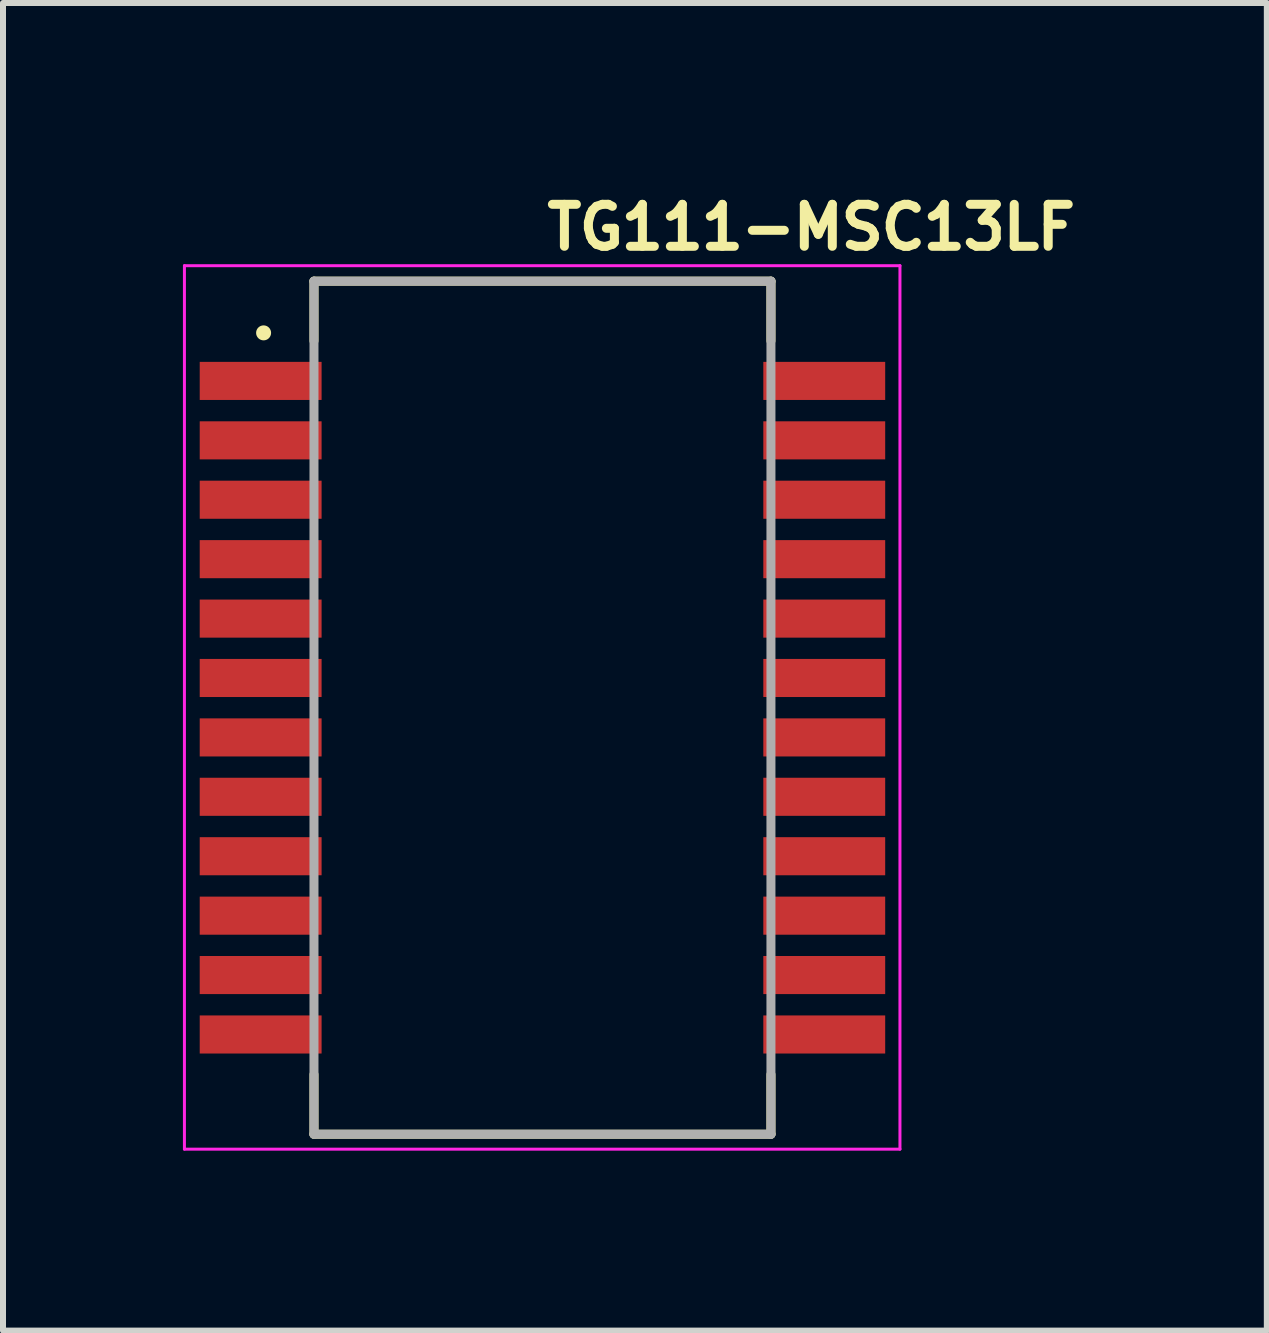
<source format=kicad_pcb>
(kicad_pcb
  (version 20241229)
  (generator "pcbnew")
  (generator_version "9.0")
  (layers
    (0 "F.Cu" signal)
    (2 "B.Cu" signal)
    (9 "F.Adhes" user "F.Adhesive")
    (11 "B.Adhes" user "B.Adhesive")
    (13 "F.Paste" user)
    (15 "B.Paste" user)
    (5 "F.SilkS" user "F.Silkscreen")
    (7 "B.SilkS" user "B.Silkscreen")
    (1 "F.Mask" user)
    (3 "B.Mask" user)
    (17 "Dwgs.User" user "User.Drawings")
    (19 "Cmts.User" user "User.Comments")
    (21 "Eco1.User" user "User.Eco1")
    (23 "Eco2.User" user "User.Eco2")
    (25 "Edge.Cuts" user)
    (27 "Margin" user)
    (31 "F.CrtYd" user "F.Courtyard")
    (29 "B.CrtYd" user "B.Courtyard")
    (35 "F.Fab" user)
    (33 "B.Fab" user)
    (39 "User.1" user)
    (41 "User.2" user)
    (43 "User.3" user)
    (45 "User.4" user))
  (footprint "TG111-MSC13LF"
    (layer "F.Cu")
    (at 5.995 8.75)
    (property "Reference" "TG111-MSC13LF" (at 0 -7.6 0) (layer "F.SilkS") (effects (font (size 0.7 0.7) (thickness 0.15)) (justify left bottom)))
    (attr smd)
    (fp_line (start -3.81 -7.112) (end 3.809 -7.112) (stroke (width 0.15) (type solid)) (layer "F.SilkS"))
    (fp_line (start -3.81 -6.116) (end -3.81 -7.112) (stroke (width 0.15) (type solid)) (layer "F.SilkS"))
    (fp_line (start -3.81 7.111) (end -3.81 6.115) (stroke (width 0.15) (type solid)) (layer "F.SilkS"))
    (fp_line (start 3.809 -7.112) (end 3.809 -6.116) (stroke (width 0.15) (type solid)) (layer "F.SilkS"))
    (fp_line (start 3.809 7.111) (end -3.81 7.111) (stroke (width 0.15) (type solid)) (layer "F.SilkS"))
    (fp_line (start 3.809 7.111) (end 3.809 6.115) (stroke (width 0.15) (type solid)) (layer "F.SilkS"))
    (fp_circle (center -4.65 -6.25) (end -4.6 -6.25) (stroke (width 0.15) (type solid)) (fill yes) (layer "F.SilkS"))
    (fp_line (start -5.97 -7.37) (end -5.97 7.36) (stroke (width 0.05) (type solid)) (layer "F.CrtYd"))
    (fp_line (start -5.97 7.36) (end 5.96 7.36) (stroke (width 0.05) (type solid)) (layer "F.CrtYd"))
    (fp_line (start 5.96 -7.37) (end -5.97 -7.37) (stroke (width 0.05) (type solid)) (layer "F.CrtYd"))
    (fp_line (start 5.96 7.36) (end 5.96 -7.37) (stroke (width 0.05) (type solid)) (layer "F.CrtYd"))
    (fp_line (start -3.81 -7.112) (end 3.809 -7.112) (stroke (width 0.15) (type solid)) (layer "F.Fab"))
    (fp_line (start -3.81 7.111) (end -3.81 -7.112) (stroke (width 0.15) (type solid)) (layer "F.Fab"))
    (fp_line (start 3.809 -7.112) (end 3.809 7.111) (stroke (width 0.15) (type solid)) (layer "F.Fab"))
    (fp_line (start 3.809 7.111) (end -3.81 7.111) (stroke (width 0.15) (type solid)) (layer "F.Fab"))
    (pad "1" smd rect (at -4.699 -5.449) (size 2.032 0.635) (layers "F.Cu" "F.Mask" "F.Paste"))
    (pad "2" smd rect (at -4.699 -4.458) (size 2.032 0.635) (layers "F.Cu" "F.Mask" "F.Paste"))
    (pad "3" smd rect (at -4.699 -3.468) (size 2.032 0.635) (layers "F.Cu" "F.Mask" "F.Paste"))
    (pad "4" smd rect (at -4.699 -2.477) (size 2.032 0.635) (layers "F.Cu" "F.Mask" "F.Paste"))
    (pad "5" smd rect (at -4.699 -1.486) (size 2.032 0.635) (layers "F.Cu" "F.Mask" "F.Paste"))
    (pad "6" smd rect (at -4.699 -0.496) (size 2.032 0.635) (layers "F.Cu" "F.Mask" "F.Paste"))
    (pad "7" smd rect (at -4.699 0.495) (size 2.032 0.635) (layers "F.Cu" "F.Mask" "F.Paste"))
    (pad "8" smd rect (at -4.699 1.485) (size 2.032 0.635) (layers "F.Cu" "F.Mask" "F.Paste"))
    (pad "9" smd rect (at -4.699 2.476) (size 2.032 0.635) (layers "F.Cu" "F.Mask" "F.Paste"))
    (pad "10" smd rect (at -4.699 3.467) (size 2.032 0.635) (layers "F.Cu" "F.Mask" "F.Paste"))
    (pad "11" smd rect (at -4.699 4.457) (size 2.032 0.635) (layers "F.Cu" "F.Mask" "F.Paste"))
    (pad "12" smd rect (at -4.699 5.448) (size 2.032 0.635) (layers "F.Cu" "F.Mask" "F.Paste"))
    (pad "13" smd rect (at 4.698 5.448) (size 2.032 0.635) (layers "F.Cu" "F.Mask" "F.Paste"))
    (pad "14" smd rect (at 4.698 4.457) (size 2.032 0.635) (layers "F.Cu" "F.Mask" "F.Paste"))
    (pad "15" smd rect (at 4.698 3.467) (size 2.032 0.635) (layers "F.Cu" "F.Mask" "F.Paste"))
    (pad "16" smd rect (at 4.698 2.476) (size 2.032 0.635) (layers "F.Cu" "F.Mask" "F.Paste"))
    (pad "17" smd rect (at 4.698 1.485) (size 2.032 0.635) (layers "F.Cu" "F.Mask" "F.Paste"))
    (pad "18" smd rect (at 4.698 0.495) (size 2.032 0.635) (layers "F.Cu" "F.Mask" "F.Paste"))
    (pad "19" smd rect (at 4.698 -0.496) (size 2.032 0.635) (layers "F.Cu" "F.Mask" "F.Paste"))
    (pad "20" smd rect (at 4.698 -1.486) (size 2.032 0.635) (layers "F.Cu" "F.Mask" "F.Paste"))
    (pad "21" smd rect (at 4.698 -2.477) (size 2.032 0.635) (layers "F.Cu" "F.Mask" "F.Paste"))
    (pad "22" smd rect (at 4.698 -3.468) (size 2.032 0.635) (layers "F.Cu" "F.Mask" "F.Paste"))
    (pad "23" smd rect (at 4.698 -4.458) (size 2.032 0.635) (layers "F.Cu" "F.Mask" "F.Paste"))
    (pad "24" smd rect (at 4.698 -5.449) (size 2.032 0.635) (layers "F.Cu" "F.Mask" "F.Paste")))
  (gr_rect
    (start -3 -3)
    (end 18.072 19.135)
    (stroke (width 0.1) (type default))
    (fill no)
    (layer "Edge.Cuts")))
</source>
